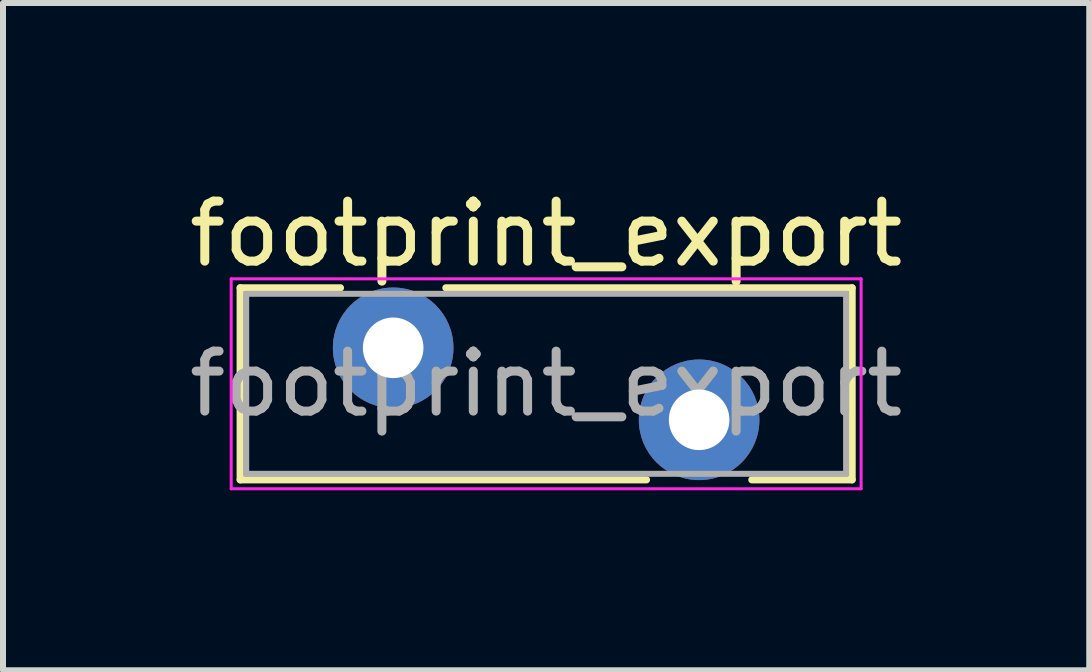
<source format=kicad_pcb>
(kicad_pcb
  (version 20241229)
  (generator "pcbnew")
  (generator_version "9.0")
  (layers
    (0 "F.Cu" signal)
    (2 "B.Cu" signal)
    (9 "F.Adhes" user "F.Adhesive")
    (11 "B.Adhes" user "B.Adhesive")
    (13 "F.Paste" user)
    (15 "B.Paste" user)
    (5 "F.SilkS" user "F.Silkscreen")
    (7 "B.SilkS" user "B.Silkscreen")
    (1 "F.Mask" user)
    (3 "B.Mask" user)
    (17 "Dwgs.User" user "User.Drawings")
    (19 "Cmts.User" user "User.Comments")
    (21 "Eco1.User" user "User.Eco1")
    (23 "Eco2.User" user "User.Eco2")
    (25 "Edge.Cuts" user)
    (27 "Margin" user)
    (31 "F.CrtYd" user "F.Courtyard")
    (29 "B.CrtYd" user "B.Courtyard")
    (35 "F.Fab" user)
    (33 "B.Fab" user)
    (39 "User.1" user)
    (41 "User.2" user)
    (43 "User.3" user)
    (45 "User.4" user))
  (footprint "footprint_export"
    (layer "F.Cu")
    (at 3.504 2.748)
    (property "Reference" "footprint_export" (at 2.55 -1.9 0) (layer "F.SilkS") (effects (font (size 1 1) (thickness 0.15))))
    (attr through_hole)
    (fp_line (start -2.55 -1) (end -2.55 2.2) (stroke (width 0.12) (type solid)) (layer "F.SilkS"))
    (fp_line (start -2.55 -1) (end -0.879 -1) (stroke (width 0.12) (type solid)) (layer "F.SilkS"))
    (fp_line (start -2.55 2.2) (end 4.222 2.2) (stroke (width 0.12) (type solid)) (layer "F.SilkS"))
    (fp_line (start 0.879 -1) (end 7.65 -1) (stroke (width 0.12) (type solid)) (layer "F.SilkS"))
    (fp_line (start 5.979 2.2) (end 7.65 2.2) (stroke (width 0.12) (type solid)) (layer "F.SilkS"))
    (fp_line (start 7.65 -1) (end 7.65 2.2) (stroke (width 0.12) (type solid)) (layer "F.SilkS"))
    (fp_line (start -2.7 -1.15) (end -2.7 2.35) (stroke (width 0.05) (type solid)) (layer "F.CrtYd"))
    (fp_line (start -2.7 2.35) (end 7.8 2.35) (stroke (width 0.05) (type solid)) (layer "F.CrtYd"))
    (fp_line (start 7.8 -1.15) (end -2.7 -1.15) (stroke (width 0.05) (type solid)) (layer "F.CrtYd"))
    (fp_line (start 7.8 2.35) (end 7.8 -1.15) (stroke (width 0.05) (type solid)) (layer "F.CrtYd"))
    (fp_line (start -2.45 -0.9) (end -2.45 2.1) (stroke (width 0.1) (type solid)) (layer "F.Fab"))
    (fp_line (start -2.45 2.1) (end 7.55 2.1) (stroke (width 0.1) (type solid)) (layer "F.Fab"))
    (fp_line (start 7.55 -0.9) (end -2.45 -0.9) (stroke (width 0.1) (type solid)) (layer "F.Fab"))
    (fp_line (start 7.55 2.1) (end 7.55 -0.9) (stroke (width 0.1) (type solid)) (layer "F.Fab"))
    (fp_text user "${REFERENCE}" (at 2.55 0.6 0) (layer "F.Fab") (effects (font (size 1 1) (thickness 0.15))))
    (pad "1" thru_hole circle (at 0 0) (size 2.01 2.01) (drill 1.01) (layers "*.Cu" "*.Mask"))
    (pad "2" thru_hole circle (at 5.1 1.2) (size 2.01 2.01) (drill 1.01) (layers "*.Cu" "*.Mask")))
  (gr_rect
    (start -3 -3)
    (end 15.107 8.123)
    (stroke (width 0.1) (type default))
    (fill no)
    (layer "Edge.Cuts")))
</source>
